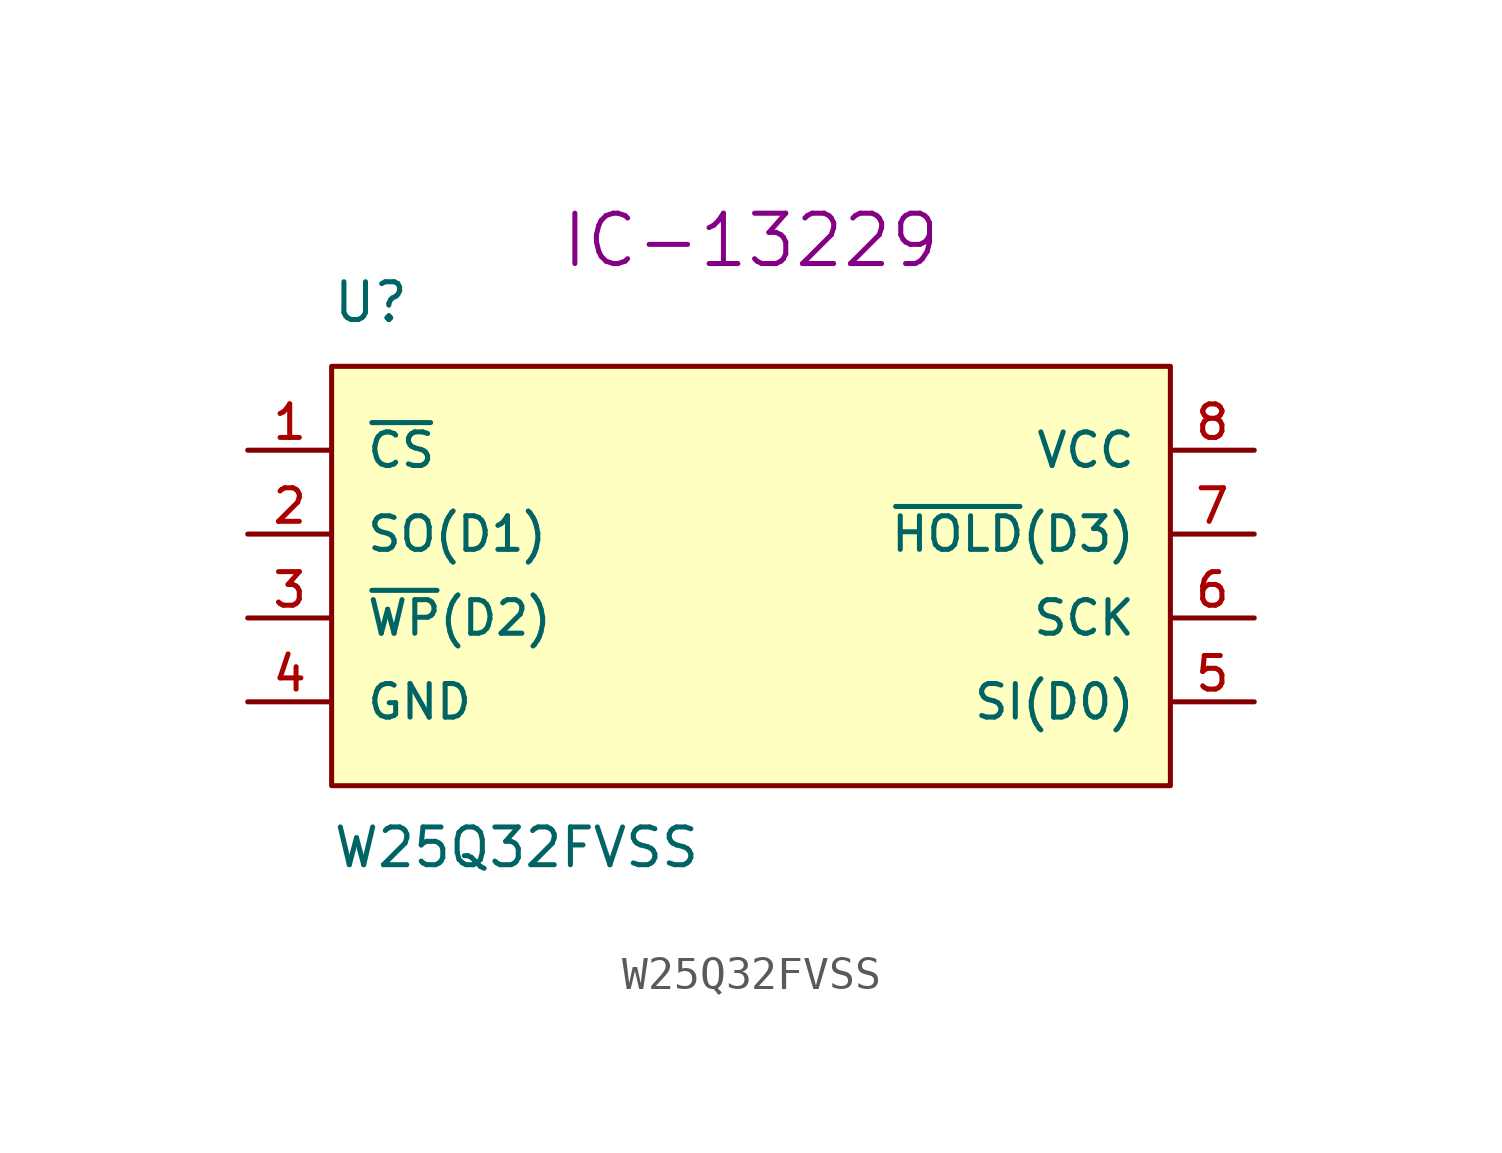
<source format=kicad_sym>
(kicad_symbol_lib
  (version 20220914)
  (generator kicad_symbol_editor)
  (symbol "W25Q32FVSS"
    (pin_names
      (offset 1.016))
    (property "Reference" "U"
      (at -12.7 7.62 0)
      (effects (font (size 1.143 1.143)) (justify left bottom)))
    (property "Value" "W25Q32FVSS"
      (at -12.7 -8.89 0)
      (effects (font (size 1.143 1.143)) (justify left bottom)))
    (property "Field4" "IC-13229"
      (at 0 10.16 0)
      (effects (font (size 1.524 1.524))))
    (property "ki_locked" ""
      (at 0 0 0)
      (effects (font (size 1.27 1.27))))
    (symbol "W25Q32FVSS_1_1"
      (polyline (pts (xy -12.7 -6.35) (xy -12.7 6.35) (xy 12.7 6.35) (xy 12.7 -6.35) (xy -12.7 -6.35)) (stroke (width 0) (type solid)) (fill (type background)))
      (pin bidirectional line (at -15.24 3.81 0) (length 2.54) (name "~{CS}" (effects (font (size 1.016 1.016)))) (number "1" (effects (font (size 1.016 1.016)))))
      (pin bidirectional line (at -15.24 1.27 0) (length 2.54) (name "SO(D1)" (effects (font (size 1.016 1.016)))) (number "2" (effects (font (size 1.016 1.016)))))
      (pin bidirectional line (at -15.24 -1.27 0) (length 2.54) (name "~{WP}(D2)" (effects (font (size 1.016 1.016)))) (number "3" (effects (font (size 1.016 1.016)))))
      (pin bidirectional line (at -15.24 -3.81 0) (length 2.54) (name "GND" (effects (font (size 1.016 1.016)))) (number "4" (effects (font (size 1.016 1.016)))))
      (pin bidirectional line (at 15.24 -3.81 180) (length 2.54) (name "SI(D0)" (effects (font (size 1.016 1.016)))) (number "5" (effects (font (size 1.016 1.016)))))
      (pin bidirectional line (at 15.24 -1.27 180) (length 2.54) (name "SCK" (effects (font (size 1.016 1.016)))) (number "6" (effects (font (size 1.016 1.016)))))
      (pin bidirectional line (at 15.24 1.27 180) (length 2.54) (name "~{HOLD}(D3)" (effects (font (size 1.016 1.016)))) (number "7" (effects (font (size 1.016 1.016)))))
      (pin bidirectional line (at 15.24 3.81 180) (length 2.54) (name "VCC" (effects (font (size 1.016 1.016)))) (number "8" (effects (font (size 1.016 1.016))))))))
</source>
